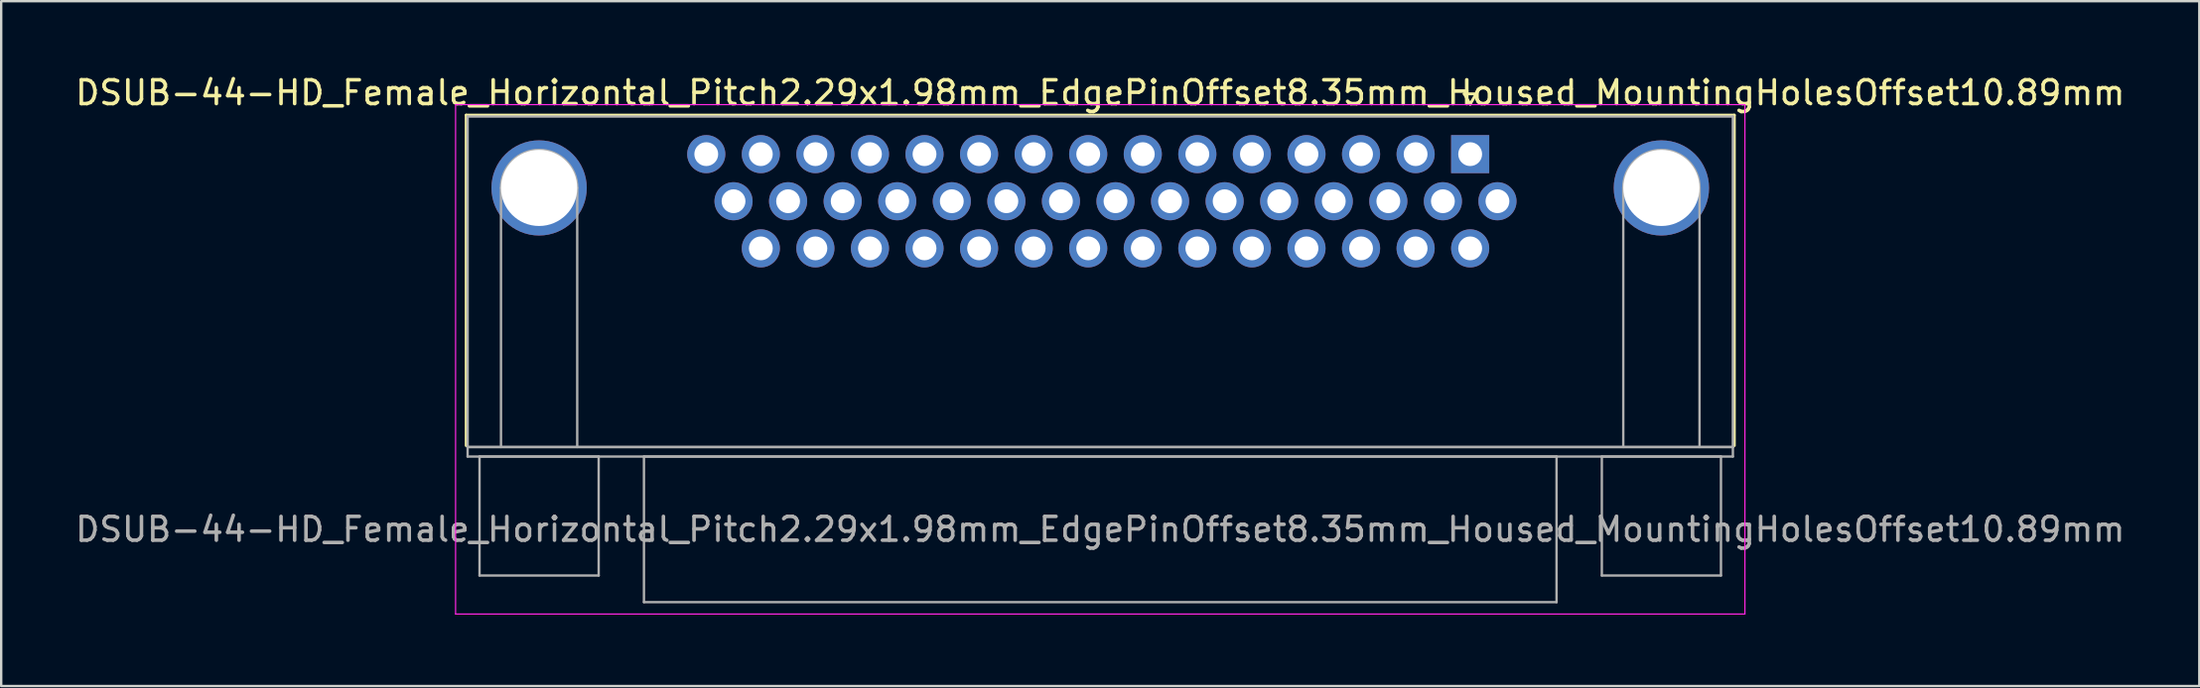
<source format=kicad_pcb>
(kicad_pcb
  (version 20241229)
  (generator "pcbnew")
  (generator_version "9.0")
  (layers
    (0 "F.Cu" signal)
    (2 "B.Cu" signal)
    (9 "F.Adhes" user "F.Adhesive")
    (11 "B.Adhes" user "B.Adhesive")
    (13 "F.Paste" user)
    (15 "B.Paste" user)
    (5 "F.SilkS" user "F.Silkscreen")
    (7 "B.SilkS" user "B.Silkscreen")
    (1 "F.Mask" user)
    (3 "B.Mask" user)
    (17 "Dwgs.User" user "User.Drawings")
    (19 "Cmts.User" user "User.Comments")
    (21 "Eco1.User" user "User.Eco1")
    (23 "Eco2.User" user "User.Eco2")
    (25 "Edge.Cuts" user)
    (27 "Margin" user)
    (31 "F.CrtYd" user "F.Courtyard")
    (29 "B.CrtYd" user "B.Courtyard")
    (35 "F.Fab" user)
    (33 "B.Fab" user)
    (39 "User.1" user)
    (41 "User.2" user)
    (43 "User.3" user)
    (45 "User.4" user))
  (footprint "DSUB-44-HD_Female_Horizontal_Pitch2.29x1.98mm_EdgePinOffset8.35mm_Housed_MountingHolesOffset10.89mm"
    (layer "F.Cu")
    (at 58.65 3.428)
    (property "Reference" "DSUB-44-HD_Female_Horizontal_Pitch2.29x1.98mm_EdgePinOffset8.35mm_Housed_MountingHolesOffset10.89mm" (at -15.525 -2.58 0) (layer "F.SilkS") (effects (font (size 1 1) (thickness 0.15))))
    (attr through_hole)
    (fp_line (start -42.135 -1.64) (end 11.085 -1.64) (stroke (width 0.12) (type solid)) (layer "F.SilkS"))
    (fp_line (start -42.135 12.25) (end -42.135 -1.64) (stroke (width 0.12) (type solid)) (layer "F.SilkS"))
    (fp_line (start -0.25 -2.534) (end 0.25 -2.534) (stroke (width 0.12) (type solid)) (layer "F.SilkS"))
    (fp_line (start 0 -2.101) (end -0.25 -2.534) (stroke (width 0.12) (type solid)) (layer "F.SilkS"))
    (fp_line (start 0.25 -2.534) (end 0 -2.101) (stroke (width 0.12) (type solid)) (layer "F.SilkS"))
    (fp_line (start 11.085 -1.64) (end 11.085 12.25) (stroke (width 0.12) (type solid)) (layer "F.SilkS"))
    (fp_line (start -42.58 -2.08) (end -42.58 19.33) (stroke (width 0.05) (type solid)) (layer "F.CrtYd"))
    (fp_line (start -42.58 19.33) (end 11.53 19.33) (stroke (width 0.05) (type solid)) (layer "F.CrtYd"))
    (fp_line (start 11.53 -2.08) (end -42.58 -2.08) (stroke (width 0.05) (type solid)) (layer "F.CrtYd"))
    (fp_line (start 11.53 19.33) (end 11.53 -2.08) (stroke (width 0.05) (type solid)) (layer "F.CrtYd"))
    (fp_line (start -42.075 -1.58) (end -42.075 12.31) (stroke (width 0.1) (type solid)) (layer "F.Fab"))
    (fp_line (start -42.075 12.31) (end -42.075 12.71) (stroke (width 0.1) (type solid)) (layer "F.Fab"))
    (fp_line (start -42.075 12.31) (end 11.025 12.31) (stroke (width 0.1) (type solid)) (layer "F.Fab"))
    (fp_line (start -42.075 12.71) (end 11.025 12.71) (stroke (width 0.1) (type solid)) (layer "F.Fab"))
    (fp_line (start -41.575 12.71) (end -41.575 17.71) (stroke (width 0.1) (type solid)) (layer "F.Fab"))
    (fp_line (start -41.575 17.71) (end -36.575 17.71) (stroke (width 0.1) (type solid)) (layer "F.Fab"))
    (fp_line (start -40.675 12.31) (end -40.675 1.42) (stroke (width 0.1) (type solid)) (layer "F.Fab"))
    (fp_line (start -37.475 12.31) (end -37.475 1.42) (stroke (width 0.1) (type solid)) (layer "F.Fab"))
    (fp_line (start -36.575 12.71) (end -41.575 12.71) (stroke (width 0.1) (type solid)) (layer "F.Fab"))
    (fp_line (start -36.575 17.71) (end -36.575 12.71) (stroke (width 0.1) (type solid)) (layer "F.Fab"))
    (fp_line (start -34.675 12.71) (end -34.675 18.83) (stroke (width 0.1) (type solid)) (layer "F.Fab"))
    (fp_line (start -34.675 18.83) (end 3.625 18.83) (stroke (width 0.1) (type solid)) (layer "F.Fab"))
    (fp_line (start 3.625 12.71) (end -34.675 12.71) (stroke (width 0.1) (type solid)) (layer "F.Fab"))
    (fp_line (start 3.625 18.83) (end 3.625 12.71) (stroke (width 0.1) (type solid)) (layer "F.Fab"))
    (fp_line (start 5.525 12.71) (end 5.525 17.71) (stroke (width 0.1) (type solid)) (layer "F.Fab"))
    (fp_line (start 5.525 17.71) (end 10.525 17.71) (stroke (width 0.1) (type solid)) (layer "F.Fab"))
    (fp_line (start 6.425 12.31) (end 6.425 1.42) (stroke (width 0.1) (type solid)) (layer "F.Fab"))
    (fp_line (start 9.625 12.31) (end 9.625 1.42) (stroke (width 0.1) (type solid)) (layer "F.Fab"))
    (fp_line (start 10.525 12.71) (end 5.525 12.71) (stroke (width 0.1) (type solid)) (layer "F.Fab"))
    (fp_line (start 10.525 17.71) (end 10.525 12.71) (stroke (width 0.1) (type solid)) (layer "F.Fab"))
    (fp_line (start 11.025 -1.58) (end -42.075 -1.58) (stroke (width 0.1) (type solid)) (layer "F.Fab"))
    (fp_line (start 11.025 12.31) (end -42.075 12.31) (stroke (width 0.1) (type solid)) (layer "F.Fab"))
    (fp_line (start 11.025 12.31) (end 11.025 -1.58) (stroke (width 0.1) (type solid)) (layer "F.Fab"))
    (fp_line (start 11.025 12.71) (end 11.025 12.31) (stroke (width 0.1) (type solid)) (layer "F.Fab"))
    (fp_arc (start -40.675 1.42) (mid -39.075 -0.18) (end -37.475 1.42) (stroke (width 0.1) (type solid)) (layer "F.Fab"))
    (fp_arc (start 6.425 1.42) (mid 8.025 -0.18) (end 9.625 1.42) (stroke (width 0.1) (type solid)) (layer "F.Fab"))
    (fp_text user "${REFERENCE}" (at -15.525 15.77 0) (layer "F.Fab") (effects (font (size 1 1) (thickness 0.15))))
    (pad "0" thru_hole circle (at -39.075 1.42) (size 4 4) (drill 3.2) (layers "*.Cu" "*.Mask"))
    (pad "0" thru_hole circle (at 8.025 1.42) (size 4 4) (drill 3.2) (layers "*.Cu" "*.Mask"))
    (pad "1" thru_hole rect (at 0 0) (size 1.6 1.6) (drill 1) (layers "*.Cu" "*.Mask"))
    (pad "2" thru_hole circle (at -2.29 0) (size 1.6 1.6) (drill 1) (layers "*.Cu" "*.Mask"))
    (pad "3" thru_hole circle (at -4.58 0) (size 1.6 1.6) (drill 1) (layers "*.Cu" "*.Mask"))
    (pad "4" thru_hole circle (at -6.87 0) (size 1.6 1.6) (drill 1) (layers "*.Cu" "*.Mask"))
    (pad "5" thru_hole circle (at -9.16 0) (size 1.6 1.6) (drill 1) (layers "*.Cu" "*.Mask"))
    (pad "6" thru_hole circle (at -11.45 0) (size 1.6 1.6) (drill 1) (layers "*.Cu" "*.Mask"))
    (pad "7" thru_hole circle (at -13.74 0) (size 1.6 1.6) (drill 1) (layers "*.Cu" "*.Mask"))
    (pad "8" thru_hole circle (at -16.03 0) (size 1.6 1.6) (drill 1) (layers "*.Cu" "*.Mask"))
    (pad "9" thru_hole circle (at -18.32 0) (size 1.6 1.6) (drill 1) (layers "*.Cu" "*.Mask"))
    (pad "10" thru_hole circle (at -20.61 0) (size 1.6 1.6) (drill 1) (layers "*.Cu" "*.Mask"))
    (pad "11" thru_hole circle (at -22.9 0) (size 1.6 1.6) (drill 1) (layers "*.Cu" "*.Mask"))
    (pad "12" thru_hole circle (at -25.19 0) (size 1.6 1.6) (drill 1) (layers "*.Cu" "*.Mask"))
    (pad "13" thru_hole circle (at -27.48 0) (size 1.6 1.6) (drill 1) (layers "*.Cu" "*.Mask"))
    (pad "14" thru_hole circle (at -29.77 0) (size 1.6 1.6) (drill 1) (layers "*.Cu" "*.Mask"))
    (pad "15" thru_hole circle (at -32.06 0) (size 1.6 1.6) (drill 1) (layers "*.Cu" "*.Mask"))
    (pad "16" thru_hole circle (at 1.145 1.98) (size 1.6 1.6) (drill 1) (layers "*.Cu" "*.Mask"))
    (pad "17" thru_hole circle (at -1.145 1.98) (size 1.6 1.6) (drill 1) (layers "*.Cu" "*.Mask"))
    (pad "18" thru_hole circle (at -3.435 1.98) (size 1.6 1.6) (drill 1) (layers "*.Cu" "*.Mask"))
    (pad "19" thru_hole circle (at -5.725 1.98) (size 1.6 1.6) (drill 1) (layers "*.Cu" "*.Mask"))
    (pad "20" thru_hole circle (at -8.015 1.98) (size 1.6 1.6) (drill 1) (layers "*.Cu" "*.Mask"))
    (pad "21" thru_hole circle (at -10.305 1.98) (size 1.6 1.6) (drill 1) (layers "*.Cu" "*.Mask"))
    (pad "22" thru_hole circle (at -12.595 1.98) (size 1.6 1.6) (drill 1) (layers "*.Cu" "*.Mask"))
    (pad "23" thru_hole circle (at -14.885 1.98) (size 1.6 1.6) (drill 1) (layers "*.Cu" "*.Mask"))
    (pad "24" thru_hole circle (at -17.175 1.98) (size 1.6 1.6) (drill 1) (layers "*.Cu" "*.Mask"))
    (pad "25" thru_hole circle (at -19.465 1.98) (size 1.6 1.6) (drill 1) (layers "*.Cu" "*.Mask"))
    (pad "26" thru_hole circle (at -21.755 1.98) (size 1.6 1.6) (drill 1) (layers "*.Cu" "*.Mask"))
    (pad "27" thru_hole circle (at -24.045 1.98) (size 1.6 1.6) (drill 1) (layers "*.Cu" "*.Mask"))
    (pad "28" thru_hole circle (at -26.335 1.98) (size 1.6 1.6) (drill 1) (layers "*.Cu" "*.Mask"))
    (pad "29" thru_hole circle (at -28.625 1.98) (size 1.6 1.6) (drill 1) (layers "*.Cu" "*.Mask"))
    (pad "30" thru_hole circle (at -30.915 1.98) (size 1.6 1.6) (drill 1) (layers "*.Cu" "*.Mask"))
    (pad "31" thru_hole circle (at 0 3.96) (size 1.6 1.6) (drill 1) (layers "*.Cu" "*.Mask"))
    (pad "32" thru_hole circle (at -2.29 3.96) (size 1.6 1.6) (drill 1) (layers "*.Cu" "*.Mask"))
    (pad "33" thru_hole circle (at -4.58 3.96) (size 1.6 1.6) (drill 1) (layers "*.Cu" "*.Mask"))
    (pad "34" thru_hole circle (at -6.87 3.96) (size 1.6 1.6) (drill 1) (layers "*.Cu" "*.Mask"))
    (pad "35" thru_hole circle (at -9.16 3.96) (size 1.6 1.6) (drill 1) (layers "*.Cu" "*.Mask"))
    (pad "36" thru_hole circle (at -11.45 3.96) (size 1.6 1.6) (drill 1) (layers "*.Cu" "*.Mask"))
    (pad "37" thru_hole circle (at -13.74 3.96) (size 1.6 1.6) (drill 1) (layers "*.Cu" "*.Mask"))
    (pad "38" thru_hole circle (at -16.03 3.96) (size 1.6 1.6) (drill 1) (layers "*.Cu" "*.Mask"))
    (pad "39" thru_hole circle (at -18.32 3.96) (size 1.6 1.6) (drill 1) (layers "*.Cu" "*.Mask"))
    (pad "40" thru_hole circle (at -20.61 3.96) (size 1.6 1.6) (drill 1) (layers "*.Cu" "*.Mask"))
    (pad "41" thru_hole circle (at -22.9 3.96) (size 1.6 1.6) (drill 1) (layers "*.Cu" "*.Mask"))
    (pad "42" thru_hole circle (at -25.19 3.96) (size 1.6 1.6) (drill 1) (layers "*.Cu" "*.Mask"))
    (pad "43" thru_hole circle (at -27.48 3.96) (size 1.6 1.6) (drill 1) (layers "*.Cu" "*.Mask"))
    (pad "44" thru_hole circle (at -29.77 3.96) (size 1.6 1.6) (drill 1) (layers "*.Cu" "*.Mask")))
  (gr_rect
    (start -3 -3)
    (end 89.25 25.783)
    (stroke (width 0.1) (type default))
    (fill no)
    (layer "Edge.Cuts")))
</source>
